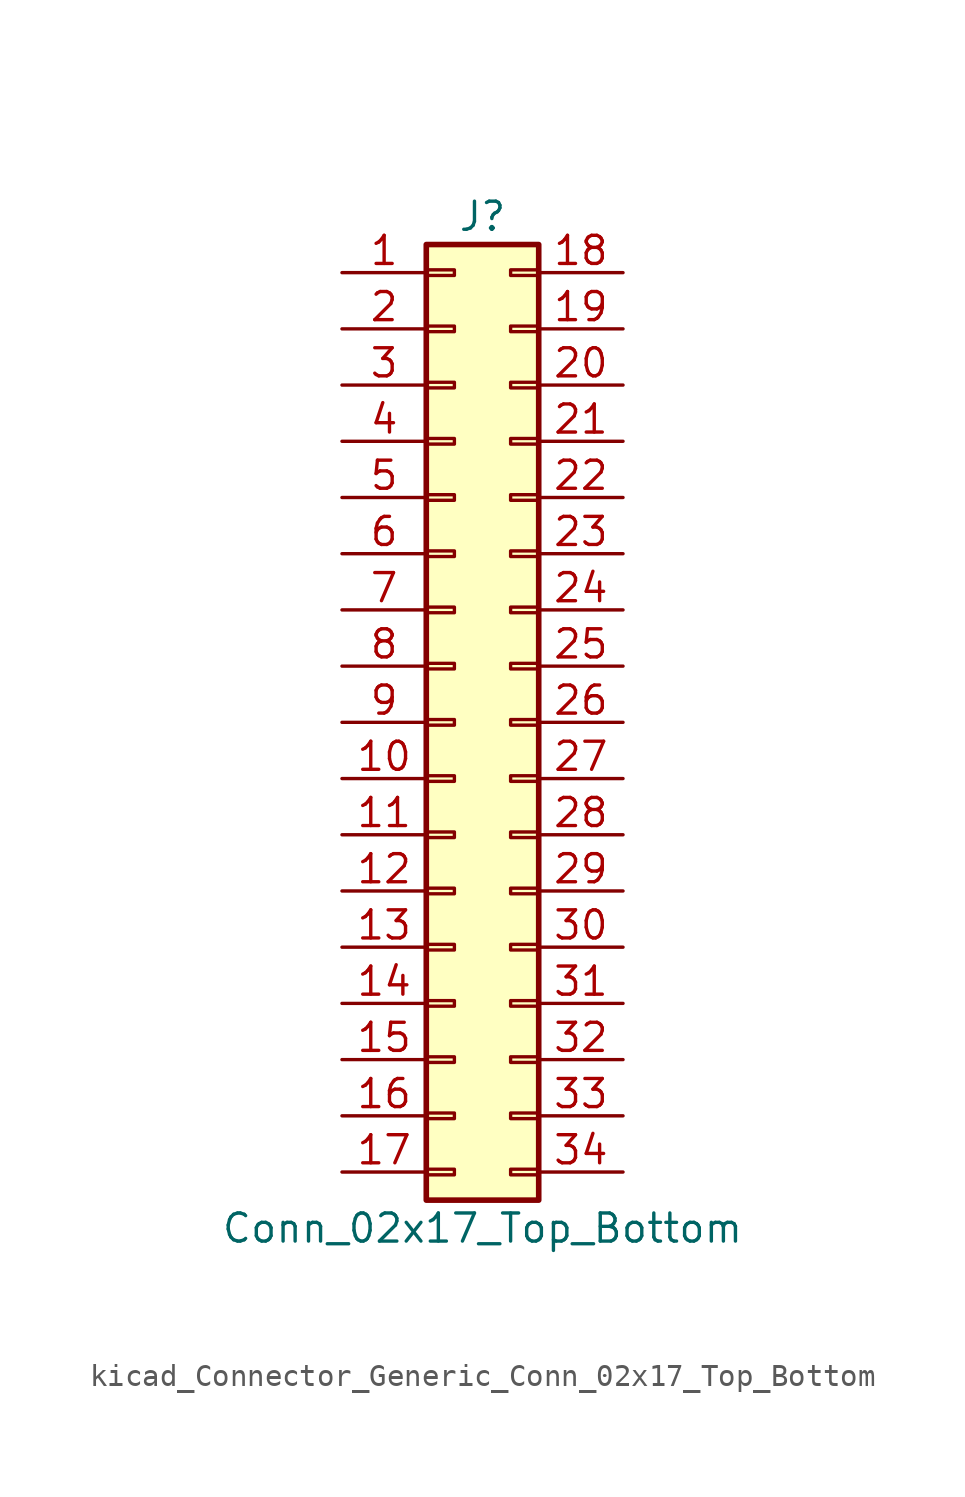
<source format=kicad_sym>
(kicad_symbol_lib
  (version 20220914)
  (generator kicad_symbol_editor)
  (symbol "kicad_Connector_Generic_Conn_02x17_Top_Bottom"
    (pin_names
      (offset 1.016) hide)
    (property "Reference" "J"
      (at 1.27 22.86 0)
      (effects (font (size 1.27 1.27))))
    (property "Value" "Conn_02x17_Top_Bottom"
      (at 1.27 -22.86 0)
      (effects (font (size 1.27 1.27))))
    (symbol "kicad_Connector_Generic_Conn_02x17_Top_Bottom_1_1"
      (rectangle (start -1.27 -20.193) (end 0 -20.447) (stroke (width 0.152) (type default)) (fill (type none)))
      (rectangle (start -1.27 -17.653) (end 0 -17.907) (stroke (width 0.152) (type default)) (fill (type none)))
      (rectangle (start -1.27 -15.113) (end 0 -15.367) (stroke (width 0.152) (type default)) (fill (type none)))
      (rectangle (start -1.27 -12.573) (end 0 -12.827) (stroke (width 0.152) (type default)) (fill (type none)))
      (rectangle (start -1.27 -10.033) (end 0 -10.287) (stroke (width 0.152) (type default)) (fill (type none)))
      (rectangle (start -1.27 -7.493) (end 0 -7.747) (stroke (width 0.152) (type default)) (fill (type none)))
      (rectangle (start -1.27 -4.953) (end 0 -5.207) (stroke (width 0.152) (type default)) (fill (type none)))
      (rectangle (start -1.27 -2.413) (end 0 -2.667) (stroke (width 0.152) (type default)) (fill (type none)))
      (rectangle (start -1.27 0.127) (end 0 -0.127) (stroke (width 0.152) (type default)) (fill (type none)))
      (rectangle (start -1.27 2.667) (end 0 2.413) (stroke (width 0.152) (type default)) (fill (type none)))
      (rectangle (start -1.27 5.207) (end 0 4.953) (stroke (width 0.152) (type default)) (fill (type none)))
      (rectangle (start -1.27 7.747) (end 0 7.493) (stroke (width 0.152) (type default)) (fill (type none)))
      (rectangle (start -1.27 10.287) (end 0 10.033) (stroke (width 0.152) (type default)) (fill (type none)))
      (rectangle (start -1.27 12.827) (end 0 12.573) (stroke (width 0.152) (type default)) (fill (type none)))
      (rectangle (start -1.27 15.367) (end 0 15.113) (stroke (width 0.152) (type default)) (fill (type none)))
      (rectangle (start -1.27 17.907) (end 0 17.653) (stroke (width 0.152) (type default)) (fill (type none)))
      (rectangle (start -1.27 20.447) (end 0 20.193) (stroke (width 0.152) (type default)) (fill (type none)))
      (rectangle (start -1.27 21.59) (end 3.81 -21.59) (stroke (width 0.254) (type default)) (fill (type background)))
      (rectangle (start 3.81 -20.193) (end 2.54 -20.447) (stroke (width 0.152) (type default)) (fill (type none)))
      (rectangle (start 3.81 -17.653) (end 2.54 -17.907) (stroke (width 0.152) (type default)) (fill (type none)))
      (rectangle (start 3.81 -15.113) (end 2.54 -15.367) (stroke (width 0.152) (type default)) (fill (type none)))
      (rectangle (start 3.81 -12.573) (end 2.54 -12.827) (stroke (width 0.152) (type default)) (fill (type none)))
      (rectangle (start 3.81 -10.033) (end 2.54 -10.287) (stroke (width 0.152) (type default)) (fill (type none)))
      (rectangle (start 3.81 -7.493) (end 2.54 -7.747) (stroke (width 0.152) (type default)) (fill (type none)))
      (rectangle (start 3.81 -4.953) (end 2.54 -5.207) (stroke (width 0.152) (type default)) (fill (type none)))
      (rectangle (start 3.81 -2.413) (end 2.54 -2.667) (stroke (width 0.152) (type default)) (fill (type none)))
      (rectangle (start 3.81 0.127) (end 2.54 -0.127) (stroke (width 0.152) (type default)) (fill (type none)))
      (rectangle (start 3.81 2.667) (end 2.54 2.413) (stroke (width 0.152) (type default)) (fill (type none)))
      (rectangle (start 3.81 5.207) (end 2.54 4.953) (stroke (width 0.152) (type default)) (fill (type none)))
      (rectangle (start 3.81 7.747) (end 2.54 7.493) (stroke (width 0.152) (type default)) (fill (type none)))
      (rectangle (start 3.81 10.287) (end 2.54 10.033) (stroke (width 0.152) (type default)) (fill (type none)))
      (rectangle (start 3.81 12.827) (end 2.54 12.573) (stroke (width 0.152) (type default)) (fill (type none)))
      (rectangle (start 3.81 15.367) (end 2.54 15.113) (stroke (width 0.152) (type default)) (fill (type none)))
      (rectangle (start 3.81 17.907) (end 2.54 17.653) (stroke (width 0.152) (type default)) (fill (type none)))
      (rectangle (start 3.81 20.447) (end 2.54 20.193) (stroke (width 0.152) (type default)) (fill (type none)))
      (pin passive line (at -5.08 20.32 0) (length 3.81) (name "Pin_1" (effects (font (size 1.27 1.27)))) (number "1" (effects (font (size 1.27 1.27)))))
      (pin passive line (at -5.08 -2.54 0) (length 3.81) (name "Pin_10" (effects (font (size 1.27 1.27)))) (number "10" (effects (font (size 1.27 1.27)))))
      (pin passive line (at -5.08 -5.08 0) (length 3.81) (name "Pin_11" (effects (font (size 1.27 1.27)))) (number "11" (effects (font (size 1.27 1.27)))))
      (pin passive line (at -5.08 -7.62 0) (length 3.81) (name "Pin_12" (effects (font (size 1.27 1.27)))) (number "12" (effects (font (size 1.27 1.27)))))
      (pin passive line (at -5.08 -10.16 0) (length 3.81) (name "Pin_13" (effects (font (size 1.27 1.27)))) (number "13" (effects (font (size 1.27 1.27)))))
      (pin passive line (at -5.08 -12.7 0) (length 3.81) (name "Pin_14" (effects (font (size 1.27 1.27)))) (number "14" (effects (font (size 1.27 1.27)))))
      (pin passive line (at -5.08 -15.24 0) (length 3.81) (name "Pin_15" (effects (font (size 1.27 1.27)))) (number "15" (effects (font (size 1.27 1.27)))))
      (pin passive line (at -5.08 -17.78 0) (length 3.81) (name "Pin_16" (effects (font (size 1.27 1.27)))) (number "16" (effects (font (size 1.27 1.27)))))
      (pin passive line (at -5.08 -20.32 0) (length 3.81) (name "Pin_17" (effects (font (size 1.27 1.27)))) (number "17" (effects (font (size 1.27 1.27)))))
      (pin passive line (at 7.62 20.32 180) (length 3.81) (name "Pin_18" (effects (font (size 1.27 1.27)))) (number "18" (effects (font (size 1.27 1.27)))))
      (pin passive line (at 7.62 17.78 180) (length 3.81) (name "Pin_19" (effects (font (size 1.27 1.27)))) (number "19" (effects (font (size 1.27 1.27)))))
      (pin passive line (at -5.08 17.78 0) (length 3.81) (name "Pin_2" (effects (font (size 1.27 1.27)))) (number "2" (effects (font (size 1.27 1.27)))))
      (pin passive line (at 7.62 15.24 180) (length 3.81) (name "Pin_20" (effects (font (size 1.27 1.27)))) (number "20" (effects (font (size 1.27 1.27)))))
      (pin passive line (at 7.62 12.7 180) (length 3.81) (name "Pin_21" (effects (font (size 1.27 1.27)))) (number "21" (effects (font (size 1.27 1.27)))))
      (pin passive line (at 7.62 10.16 180) (length 3.81) (name "Pin_22" (effects (font (size 1.27 1.27)))) (number "22" (effects (font (size 1.27 1.27)))))
      (pin passive line (at 7.62 7.62 180) (length 3.81) (name "Pin_23" (effects (font (size 1.27 1.27)))) (number "23" (effects (font (size 1.27 1.27)))))
      (pin passive line (at 7.62 5.08 180) (length 3.81) (name "Pin_24" (effects (font (size 1.27 1.27)))) (number "24" (effects (font (size 1.27 1.27)))))
      (pin passive line (at 7.62 2.54 180) (length 3.81) (name "Pin_25" (effects (font (size 1.27 1.27)))) (number "25" (effects (font (size 1.27 1.27)))))
      (pin passive line (at 7.62 0 180) (length 3.81) (name "Pin_26" (effects (font (size 1.27 1.27)))) (number "26" (effects (font (size 1.27 1.27)))))
      (pin passive line (at 7.62 -2.54 180) (length 3.81) (name "Pin_27" (effects (font (size 1.27 1.27)))) (number "27" (effects (font (size 1.27 1.27)))))
      (pin passive line (at 7.62 -5.08 180) (length 3.81) (name "Pin_28" (effects (font (size 1.27 1.27)))) (number "28" (effects (font (size 1.27 1.27)))))
      (pin passive line (at 7.62 -7.62 180) (length 3.81) (name "Pin_29" (effects (font (size 1.27 1.27)))) (number "29" (effects (font (size 1.27 1.27)))))
      (pin passive line (at -5.08 15.24 0) (length 3.81) (name "Pin_3" (effects (font (size 1.27 1.27)))) (number "3" (effects (font (size 1.27 1.27)))))
      (pin passive line (at 7.62 -10.16 180) (length 3.81) (name "Pin_30" (effects (font (size 1.27 1.27)))) (number "30" (effects (font (size 1.27 1.27)))))
      (pin passive line (at 7.62 -12.7 180) (length 3.81) (name "Pin_31" (effects (font (size 1.27 1.27)))) (number "31" (effects (font (size 1.27 1.27)))))
      (pin passive line (at 7.62 -15.24 180) (length 3.81) (name "Pin_32" (effects (font (size 1.27 1.27)))) (number "32" (effects (font (size 1.27 1.27)))))
      (pin passive line (at 7.62 -17.78 180) (length 3.81) (name "Pin_33" (effects (font (size 1.27 1.27)))) (number "33" (effects (font (size 1.27 1.27)))))
      (pin passive line (at 7.62 -20.32 180) (length 3.81) (name "Pin_34" (effects (font (size 1.27 1.27)))) (number "34" (effects (font (size 1.27 1.27)))))
      (pin passive line (at -5.08 12.7 0) (length 3.81) (name "Pin_4" (effects (font (size 1.27 1.27)))) (number "4" (effects (font (size 1.27 1.27)))))
      (pin passive line (at -5.08 10.16 0) (length 3.81) (name "Pin_5" (effects (font (size 1.27 1.27)))) (number "5" (effects (font (size 1.27 1.27)))))
      (pin passive line (at -5.08 7.62 0) (length 3.81) (name "Pin_6" (effects (font (size 1.27 1.27)))) (number "6" (effects (font (size 1.27 1.27)))))
      (pin passive line (at -5.08 5.08 0) (length 3.81) (name "Pin_7" (effects (font (size 1.27 1.27)))) (number "7" (effects (font (size 1.27 1.27)))))
      (pin passive line (at -5.08 2.54 0) (length 3.81) (name "Pin_8" (effects (font (size 1.27 1.27)))) (number "8" (effects (font (size 1.27 1.27)))))
      (pin passive line (at -5.08 0 0) (length 3.81) (name "Pin_9" (effects (font (size 1.27 1.27)))) (number "9" (effects (font (size 1.27 1.27))))))))
</source>
